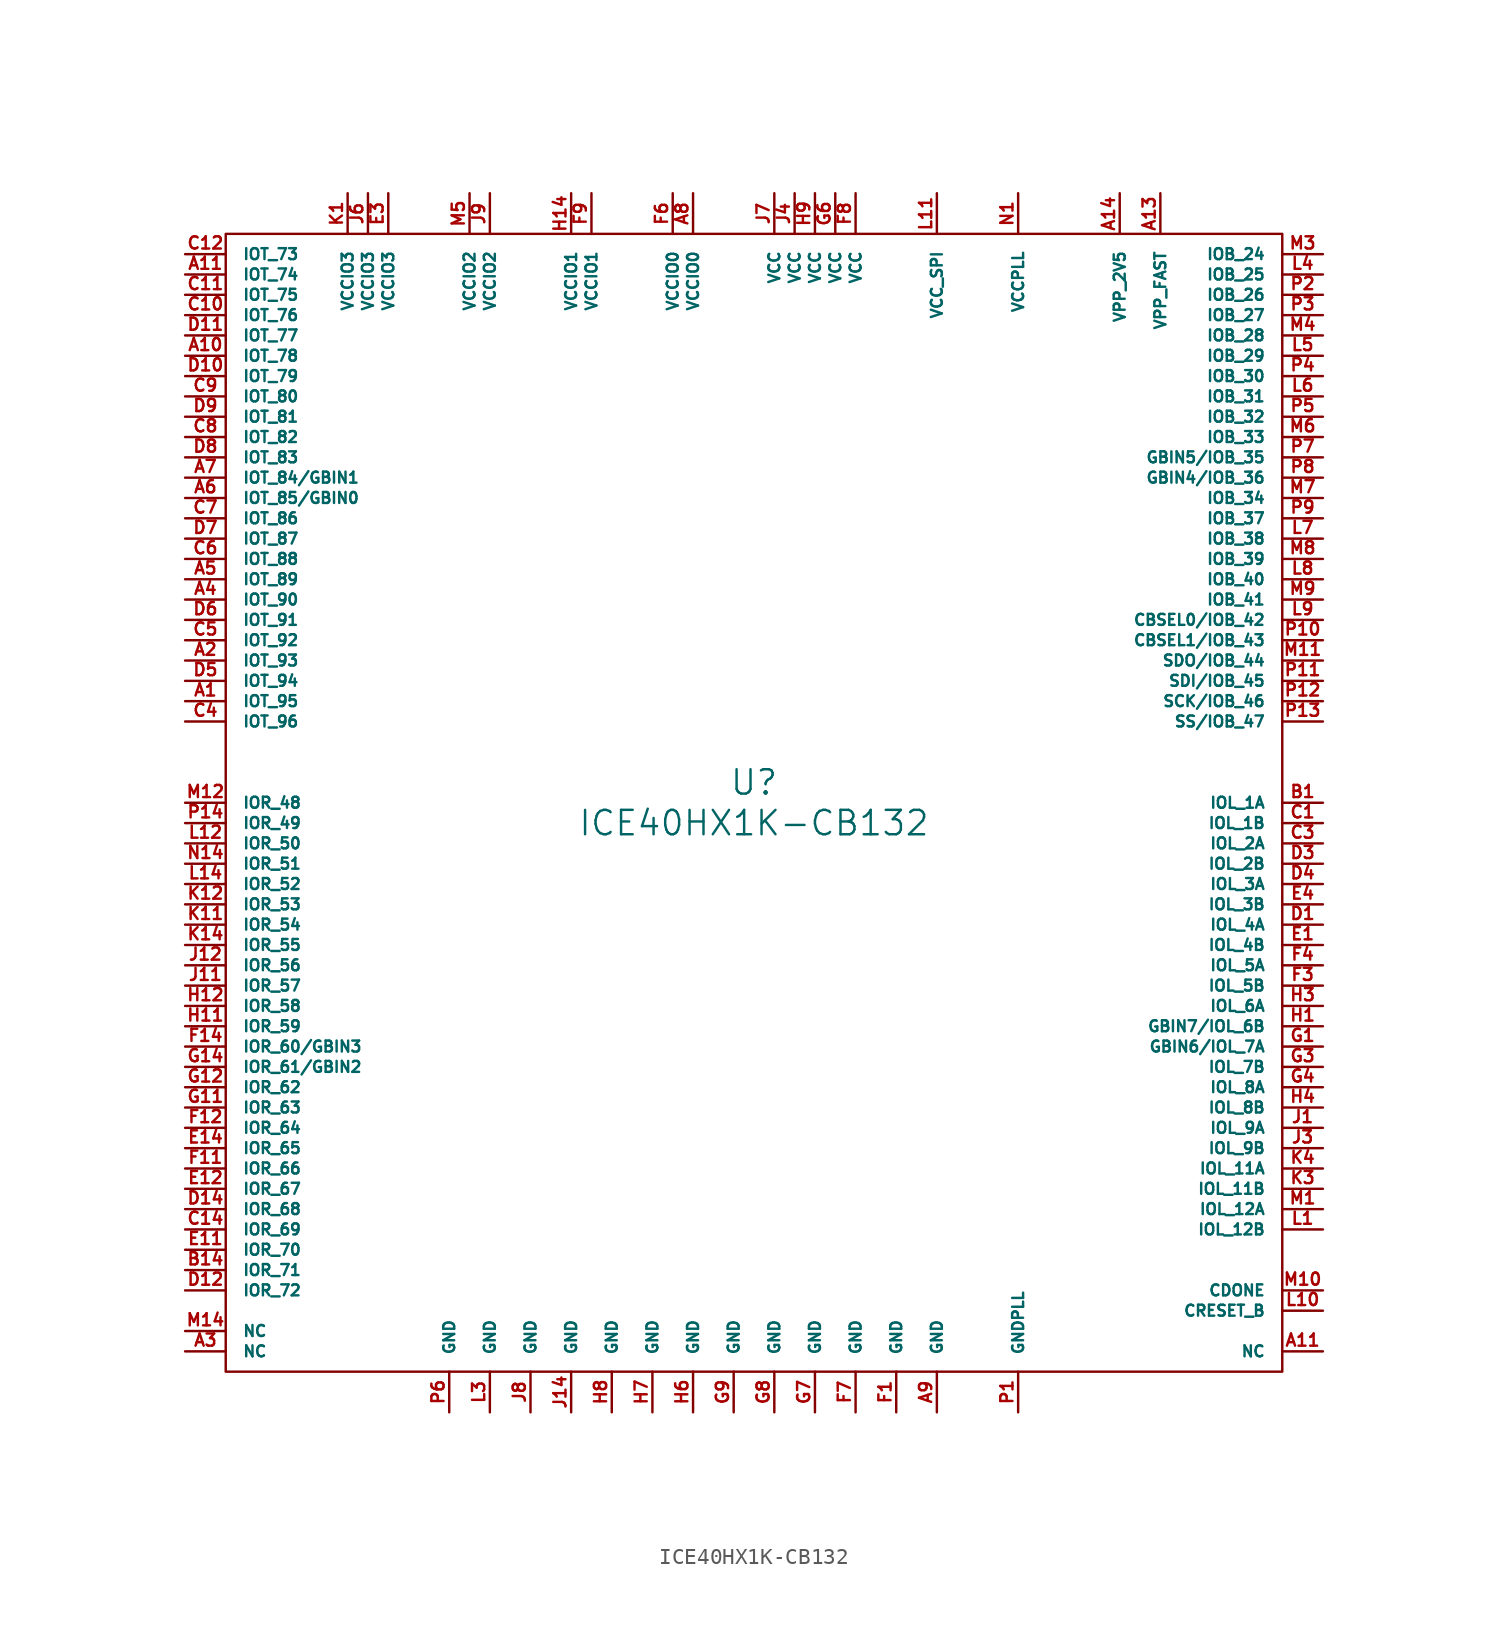
<source format=kicad_sym>
(kicad_symbol_lib
  (version 20220914)
  (generator kicad_symbol_editor)
  (symbol "ICE40HX1K-CB132"
    (pin_names
      (offset 1.016))
    (property "Reference" "U"
      (at 0 1.27 0)
      (effects (font (size 1.524 1.524))))
    (property "Value" "ICE40HX1K-CB132"
      (at 0 -1.27 0)
      (effects (font (size 1.524 1.524))))
    (property "Footprint" ""
      (at 0 3.81 0)
      (effects (font (size 1.524 1.524))))
    (property "Datasheet" ""
      (at 0 0 0)
      (effects (font (size 1.524 1.524))))
    (symbol "ICE40HX1K-CB132_0_1"
      (rectangle (start -33.02 35.56) (end 33.02 -35.56) (stroke (width 0) (type solid)) (fill (type none))))
    (symbol "ICE40HX1K-CB132_1_1"
      (pin passive line (at -35.56 6.35 0) (length 2.54) (name "IOT_95" (effects (font (size 0.686 0.686)))) (number "A1" (effects (font (size 0.762 0.762)))))
      (pin passive line (at -35.56 27.94 0) (length 2.54) (name "IOT_78" (effects (font (size 0.686 0.686)))) (number "A10" (effects (font (size 0.762 0.762)))))
      (pin passive line (at -35.56 33.02 0) (length 2.54) (name "IOT_74" (effects (font (size 0.686 0.686)))) (number "A11" (effects (font (size 0.762 0.762)))))
      (pin passive line (at 35.56 -34.29 180) (length 2.54) (name "NC" (effects (font (size 0.686 0.686)))) (number "A11" (effects (font (size 0.762 0.762)))))
      (pin passive line (at 25.4 38.1 270) (length 2.54) (name "VPP_FAST" (effects (font (size 0.686 0.686)))) (number "A13" (effects (font (size 0.762 0.762)))))
      (pin passive line (at 22.86 38.1 270) (length 2.54) (name "VPP_2V5" (effects (font (size 0.686 0.686)))) (number "A14" (effects (font (size 0.762 0.762)))))
      (pin passive line (at -35.56 8.89 0) (length 2.54) (name "IOT_93" (effects (font (size 0.686 0.686)))) (number "A2" (effects (font (size 0.762 0.762)))))
      (pin passive line (at -35.56 -34.29 0) (length 2.54) (name "NC" (effects (font (size 0.686 0.686)))) (number "A3" (effects (font (size 0.762 0.762)))))
      (pin passive line (at -35.56 12.7 0) (length 2.54) (name "IOT_90" (effects (font (size 0.686 0.686)))) (number "A4" (effects (font (size 0.762 0.762)))))
      (pin passive line (at -35.56 13.97 0) (length 2.54) (name "IOT_89" (effects (font (size 0.686 0.686)))) (number "A5" (effects (font (size 0.762 0.762)))))
      (pin passive line (at -35.56 19.05 0) (length 2.54) (name "IOT_85/GBIN0" (effects (font (size 0.686 0.686)))) (number "A6" (effects (font (size 0.762 0.762)))))
      (pin passive line (at -35.56 20.32 0) (length 2.54) (name "IOT_84/GBIN1" (effects (font (size 0.686 0.686)))) (number "A7" (effects (font (size 0.762 0.762)))))
      (pin passive line (at -3.81 38.1 270) (length 2.54) (name "VCCIO0" (effects (font (size 0.686 0.686)))) (number "A8" (effects (font (size 0.762 0.762)))))
      (pin passive line (at 11.43 -38.1 90) (length 2.54) (name "GND" (effects (font (size 0.686 0.686)))) (number "A9" (effects (font (size 0.762 0.762)))))
      (pin passive line (at 35.56 0 180) (length 2.54) (name "IOL_1A" (effects (font (size 0.686 0.686)))) (number "B1" (effects (font (size 0.762 0.762)))))
      (pin passive line (at -35.56 -29.21 0) (length 2.54) (name "IOR_71" (effects (font (size 0.686 0.686)))) (number "B14" (effects (font (size 0.762 0.762)))))
      (pin passive line (at 35.56 -1.27 180) (length 2.54) (name "IOL_1B" (effects (font (size 0.686 0.686)))) (number "C1" (effects (font (size 0.762 0.762)))))
      (pin passive line (at -35.56 30.48 0) (length 2.54) (name "IOT_76" (effects (font (size 0.686 0.686)))) (number "C10" (effects (font (size 0.762 0.762)))))
      (pin passive line (at -35.56 31.75 0) (length 2.54) (name "IOT_75" (effects (font (size 0.686 0.686)))) (number "C11" (effects (font (size 0.762 0.762)))))
      (pin passive line (at -35.56 34.29 0) (length 2.54) (name "IOT_73" (effects (font (size 0.686 0.686)))) (number "C12" (effects (font (size 0.762 0.762)))))
      (pin passive line (at -35.56 -26.67 0) (length 2.54) (name "IOR_69" (effects (font (size 0.686 0.686)))) (number "C14" (effects (font (size 0.762 0.762)))))
      (pin passive line (at 35.56 -2.54 180) (length 2.54) (name "IOL_2A" (effects (font (size 0.686 0.686)))) (number "C3" (effects (font (size 0.762 0.762)))))
      (pin passive line (at -35.56 5.08 0) (length 2.54) (name "IOT_96" (effects (font (size 0.686 0.686)))) (number "C4" (effects (font (size 0.762 0.762)))))
      (pin passive line (at -35.56 10.16 0) (length 2.54) (name "IOT_92" (effects (font (size 0.686 0.686)))) (number "C5" (effects (font (size 0.762 0.762)))))
      (pin passive line (at -35.56 15.24 0) (length 2.54) (name "IOT_88" (effects (font (size 0.686 0.686)))) (number "C6" (effects (font (size 0.762 0.762)))))
      (pin passive line (at -35.56 17.78 0) (length 2.54) (name "IOT_86" (effects (font (size 0.686 0.686)))) (number "C7" (effects (font (size 0.762 0.762)))))
      (pin passive line (at -35.56 22.86 0) (length 2.54) (name "IOT_82" (effects (font (size 0.686 0.686)))) (number "C8" (effects (font (size 0.762 0.762)))))
      (pin passive line (at -35.56 25.4 0) (length 2.54) (name "IOT_80" (effects (font (size 0.686 0.686)))) (number "C9" (effects (font (size 0.762 0.762)))))
      (pin passive line (at 35.56 -7.62 180) (length 2.54) (name "IOL_4A" (effects (font (size 0.686 0.686)))) (number "D1" (effects (font (size 0.762 0.762)))))
      (pin passive line (at -35.56 26.67 0) (length 2.54) (name "IOT_79" (effects (font (size 0.686 0.686)))) (number "D10" (effects (font (size 0.762 0.762)))))
      (pin passive line (at -35.56 29.21 0) (length 2.54) (name "IOT_77" (effects (font (size 0.686 0.686)))) (number "D11" (effects (font (size 0.762 0.762)))))
      (pin passive line (at -35.56 -30.48 0) (length 2.54) (name "IOR_72" (effects (font (size 0.686 0.686)))) (number "D12" (effects (font (size 0.762 0.762)))))
      (pin passive line (at -35.56 -25.4 0) (length 2.54) (name "IOR_68" (effects (font (size 0.686 0.686)))) (number "D14" (effects (font (size 0.762 0.762)))))
      (pin passive line (at 35.56 -3.81 180) (length 2.54) (name "IOL_2B" (effects (font (size 0.686 0.686)))) (number "D3" (effects (font (size 0.762 0.762)))))
      (pin passive line (at 35.56 -5.08 180) (length 2.54) (name "IOL_3A" (effects (font (size 0.686 0.686)))) (number "D4" (effects (font (size 0.762 0.762)))))
      (pin passive line (at -35.56 7.62 0) (length 2.54) (name "IOT_94" (effects (font (size 0.686 0.686)))) (number "D5" (effects (font (size 0.762 0.762)))))
      (pin passive line (at -35.56 11.43 0) (length 2.54) (name "IOT_91" (effects (font (size 0.686 0.686)))) (number "D6" (effects (font (size 0.762 0.762)))))
      (pin passive line (at -35.56 16.51 0) (length 2.54) (name "IOT_87" (effects (font (size 0.686 0.686)))) (number "D7" (effects (font (size 0.762 0.762)))))
      (pin passive line (at -35.56 21.59 0) (length 2.54) (name "IOT_83" (effects (font (size 0.686 0.686)))) (number "D8" (effects (font (size 0.762 0.762)))))
      (pin passive line (at -35.56 24.13 0) (length 2.54) (name "IOT_81" (effects (font (size 0.686 0.686)))) (number "D9" (effects (font (size 0.762 0.762)))))
      (pin passive line (at 35.56 -8.89 180) (length 2.54) (name "IOL_4B" (effects (font (size 0.686 0.686)))) (number "E1" (effects (font (size 0.762 0.762)))))
      (pin passive line (at -35.56 -27.94 0) (length 2.54) (name "IOR_70" (effects (font (size 0.686 0.686)))) (number "E11" (effects (font (size 0.762 0.762)))))
      (pin passive line (at -35.56 -24.13 0) (length 2.54) (name "IOR_67" (effects (font (size 0.686 0.686)))) (number "E12" (effects (font (size 0.762 0.762)))))
      (pin passive line (at -35.56 -21.59 0) (length 2.54) (name "IOR_65" (effects (font (size 0.686 0.686)))) (number "E14" (effects (font (size 0.762 0.762)))))
      (pin passive line (at -22.86 38.1 270) (length 2.54) (name "VCCIO3" (effects (font (size 0.686 0.686)))) (number "E3" (effects (font (size 0.762 0.762)))))
      (pin passive line (at 35.56 -6.35 180) (length 2.54) (name "IOL_3B" (effects (font (size 0.686 0.686)))) (number "E4" (effects (font (size 0.762 0.762)))))
      (pin passive line (at 8.89 -38.1 90) (length 2.54) (name "GND" (effects (font (size 0.686 0.686)))) (number "F1" (effects (font (size 0.762 0.762)))))
      (pin passive line (at -35.56 -22.86 0) (length 2.54) (name "IOR_66" (effects (font (size 0.686 0.686)))) (number "F11" (effects (font (size 0.762 0.762)))))
      (pin passive line (at -35.56 -20.32 0) (length 2.54) (name "IOR_64" (effects (font (size 0.686 0.686)))) (number "F12" (effects (font (size 0.762 0.762)))))
      (pin passive line (at -35.56 -15.24 0) (length 2.54) (name "IOR_60/GBIN3" (effects (font (size 0.686 0.686)))) (number "F14" (effects (font (size 0.762 0.762)))))
      (pin passive line (at 35.56 -11.43 180) (length 2.54) (name "IOL_5B" (effects (font (size 0.686 0.686)))) (number "F3" (effects (font (size 0.762 0.762)))))
      (pin passive line (at 35.56 -10.16 180) (length 2.54) (name "IOL_5A" (effects (font (size 0.686 0.686)))) (number "F4" (effects (font (size 0.762 0.762)))))
      (pin passive line (at -5.08 38.1 270) (length 2.54) (name "VCCIO0" (effects (font (size 0.686 0.686)))) (number "F6" (effects (font (size 0.762 0.762)))))
      (pin passive line (at 6.35 -38.1 90) (length 2.54) (name "GND" (effects (font (size 0.686 0.686)))) (number "F7" (effects (font (size 0.762 0.762)))))
      (pin passive line (at 6.35 38.1 270) (length 2.54) (name "VCC" (effects (font (size 0.686 0.686)))) (number "F8" (effects (font (size 0.762 0.762)))))
      (pin passive line (at -10.16 38.1 270) (length 2.54) (name "VCCIO1" (effects (font (size 0.686 0.686)))) (number "F9" (effects (font (size 0.762 0.762)))))
      (pin passive line (at 35.56 -15.24 180) (length 2.54) (name "GBIN6/IOL_7A" (effects (font (size 0.686 0.686)))) (number "G1" (effects (font (size 0.762 0.762)))))
      (pin passive line (at -35.56 -19.05 0) (length 2.54) (name "IOR_63" (effects (font (size 0.686 0.686)))) (number "G11" (effects (font (size 0.762 0.762)))))
      (pin passive line (at -35.56 -17.78 0) (length 2.54) (name "IOR_62" (effects (font (size 0.686 0.686)))) (number "G12" (effects (font (size 0.762 0.762)))))
      (pin passive line (at -35.56 -16.51 0) (length 2.54) (name "IOR_61/GBIN2" (effects (font (size 0.686 0.686)))) (number "G14" (effects (font (size 0.762 0.762)))))
      (pin passive line (at 35.56 -16.51 180) (length 2.54) (name "IOL_7B" (effects (font (size 0.686 0.686)))) (number "G3" (effects (font (size 0.762 0.762)))))
      (pin passive line (at 35.56 -17.78 180) (length 2.54) (name "IOL_8A" (effects (font (size 0.686 0.686)))) (number "G4" (effects (font (size 0.762 0.762)))))
      (pin passive line (at 5.08 38.1 270) (length 2.54) (name "VCC" (effects (font (size 0.686 0.686)))) (number "G6" (effects (font (size 0.762 0.762)))))
      (pin passive line (at 3.81 -38.1 90) (length 2.54) (name "GND" (effects (font (size 0.686 0.686)))) (number "G7" (effects (font (size 0.762 0.762)))))
      (pin passive line (at 1.27 -38.1 90) (length 2.54) (name "GND" (effects (font (size 0.686 0.686)))) (number "G8" (effects (font (size 0.762 0.762)))))
      (pin passive line (at -1.27 -38.1 90) (length 2.54) (name "GND" (effects (font (size 0.686 0.686)))) (number "G9" (effects (font (size 0.762 0.762)))))
      (pin passive line (at 35.56 -13.97 180) (length 2.54) (name "GBIN7/IOL_6B" (effects (font (size 0.686 0.686)))) (number "H1" (effects (font (size 0.762 0.762)))))
      (pin passive line (at -35.56 -13.97 0) (length 2.54) (name "IOR_59" (effects (font (size 0.686 0.686)))) (number "H11" (effects (font (size 0.762 0.762)))))
      (pin passive line (at -35.56 -12.7 0) (length 2.54) (name "IOR_58" (effects (font (size 0.686 0.686)))) (number "H12" (effects (font (size 0.762 0.762)))))
      (pin passive line (at -11.43 38.1 270) (length 2.54) (name "VCCIO1" (effects (font (size 0.686 0.686)))) (number "H14" (effects (font (size 0.762 0.762)))))
      (pin passive line (at 35.56 -12.7 180) (length 2.54) (name "IOL_6A" (effects (font (size 0.686 0.686)))) (number "H3" (effects (font (size 0.762 0.762)))))
      (pin passive line (at 35.56 -19.05 180) (length 2.54) (name "IOL_8B" (effects (font (size 0.686 0.686)))) (number "H4" (effects (font (size 0.762 0.762)))))
      (pin passive line (at -3.81 -38.1 90) (length 2.54) (name "GND" (effects (font (size 0.686 0.686)))) (number "H6" (effects (font (size 0.762 0.762)))))
      (pin passive line (at -6.35 -38.1 90) (length 2.54) (name "GND" (effects (font (size 0.686 0.686)))) (number "H7" (effects (font (size 0.762 0.762)))))
      (pin passive line (at -8.89 -38.1 90) (length 2.54) (name "GND" (effects (font (size 0.686 0.686)))) (number "H8" (effects (font (size 0.762 0.762)))))
      (pin passive line (at 3.81 38.1 270) (length 2.54) (name "VCC" (effects (font (size 0.686 0.686)))) (number "H9" (effects (font (size 0.762 0.762)))))
      (pin passive line (at 35.56 -20.32 180) (length 2.54) (name "IOL_9A" (effects (font (size 0.686 0.686)))) (number "J1" (effects (font (size 0.762 0.762)))))
      (pin passive line (at -35.56 -11.43 0) (length 2.54) (name "IOR_57" (effects (font (size 0.686 0.686)))) (number "J11" (effects (font (size 0.762 0.762)))))
      (pin passive line (at -35.56 -10.16 0) (length 2.54) (name "IOR_56" (effects (font (size 0.686 0.686)))) (number "J12" (effects (font (size 0.762 0.762)))))
      (pin passive line (at -11.43 -38.1 90) (length 2.54) (name "GND" (effects (font (size 0.686 0.686)))) (number "J14" (effects (font (size 0.762 0.762)))))
      (pin passive line (at 35.56 -21.59 180) (length 2.54) (name "IOL_9B" (effects (font (size 0.686 0.686)))) (number "J3" (effects (font (size 0.762 0.762)))))
      (pin passive line (at 2.54 38.1 270) (length 2.54) (name "VCC" (effects (font (size 0.686 0.686)))) (number "J4" (effects (font (size 0.762 0.762)))))
      (pin passive line (at -24.13 38.1 270) (length 2.54) (name "VCCIO3" (effects (font (size 0.686 0.686)))) (number "J6" (effects (font (size 0.762 0.762)))))
      (pin passive line (at 1.27 38.1 270) (length 2.54) (name "VCC" (effects (font (size 0.686 0.686)))) (number "J7" (effects (font (size 0.762 0.762)))))
      (pin passive line (at -13.97 -38.1 90) (length 2.54) (name "GND" (effects (font (size 0.686 0.686)))) (number "J8" (effects (font (size 0.762 0.762)))))
      (pin passive line (at -16.51 38.1 270) (length 2.54) (name "VCCIO2" (effects (font (size 0.686 0.686)))) (number "J9" (effects (font (size 0.762 0.762)))))
      (pin passive line (at -25.4 38.1 270) (length 2.54) (name "VCCIO3" (effects (font (size 0.686 0.686)))) (number "K1" (effects (font (size 0.762 0.762)))))
      (pin passive line (at -35.56 -7.62 0) (length 2.54) (name "IOR_54" (effects (font (size 0.686 0.686)))) (number "K11" (effects (font (size 0.762 0.762)))))
      (pin passive line (at -35.56 -6.35 0) (length 2.54) (name "IOR_53" (effects (font (size 0.686 0.686)))) (number "K12" (effects (font (size 0.762 0.762)))))
      (pin passive line (at -35.56 -8.89 0) (length 2.54) (name "IOR_55" (effects (font (size 0.686 0.686)))) (number "K14" (effects (font (size 0.762 0.762)))))
      (pin passive line (at 35.56 -24.13 180) (length 2.54) (name "IOL_11B" (effects (font (size 0.686 0.686)))) (number "K3" (effects (font (size 0.762 0.762)))))
      (pin passive line (at 35.56 -22.86 180) (length 2.54) (name "IOL_11A" (effects (font (size 0.686 0.686)))) (number "K4" (effects (font (size 0.762 0.762)))))
      (pin passive line (at 35.56 -26.67 180) (length 2.54) (name "IOL_12B" (effects (font (size 0.686 0.686)))) (number "L1" (effects (font (size 0.762 0.762)))))
      (pin passive line (at 35.56 -31.75 180) (length 2.54) (name "CRESET_B" (effects (font (size 0.686 0.686)))) (number "L10" (effects (font (size 0.762 0.762)))))
      (pin passive line (at 11.43 38.1 270) (length 2.54) (name "VCC_SPI" (effects (font (size 0.686 0.686)))) (number "L11" (effects (font (size 0.762 0.762)))))
      (pin passive line (at -35.56 -2.54 0) (length 2.54) (name "IOR_50" (effects (font (size 0.686 0.686)))) (number "L12" (effects (font (size 0.762 0.762)))))
      (pin passive line (at -35.56 -5.08 0) (length 2.54) (name "IOR_52" (effects (font (size 0.686 0.686)))) (number "L14" (effects (font (size 0.762 0.762)))))
      (pin passive line (at -16.51 -38.1 90) (length 2.54) (name "GND" (effects (font (size 0.686 0.686)))) (number "L3" (effects (font (size 0.762 0.762)))))
      (pin passive line (at 35.56 33.02 180) (length 2.54) (name "IOB_25" (effects (font (size 0.686 0.686)))) (number "L4" (effects (font (size 0.762 0.762)))))
      (pin passive line (at 35.56 27.94 180) (length 2.54) (name "IOB_29" (effects (font (size 0.686 0.686)))) (number "L5" (effects (font (size 0.762 0.762)))))
      (pin passive line (at 35.56 25.4 180) (length 2.54) (name "IOB_31" (effects (font (size 0.686 0.686)))) (number "L6" (effects (font (size 0.762 0.762)))))
      (pin passive line (at 35.56 16.51 180) (length 2.54) (name "IOB_38" (effects (font (size 0.686 0.686)))) (number "L7" (effects (font (size 0.762 0.762)))))
      (pin passive line (at 35.56 13.97 180) (length 2.54) (name "IOB_40" (effects (font (size 0.686 0.686)))) (number "L8" (effects (font (size 0.762 0.762)))))
      (pin passive line (at 35.56 11.43 180) (length 2.54) (name "CBSEL0/IOB_42" (effects (font (size 0.686 0.686)))) (number "L9" (effects (font (size 0.762 0.762)))))
      (pin passive line (at 35.56 -25.4 180) (length 2.54) (name "IOL_12A" (effects (font (size 0.686 0.686)))) (number "M1" (effects (font (size 0.762 0.762)))))
      (pin passive line (at 35.56 -30.48 180) (length 2.54) (name "CDONE" (effects (font (size 0.686 0.686)))) (number "M10" (effects (font (size 0.762 0.762)))))
      (pin passive line (at 35.56 8.89 180) (length 2.54) (name "SDO/IOB_44" (effects (font (size 0.686 0.686)))) (number "M11" (effects (font (size 0.762 0.762)))))
      (pin passive line (at -35.56 0 0) (length 2.54) (name "IOR_48" (effects (font (size 0.686 0.686)))) (number "M12" (effects (font (size 0.762 0.762)))))
      (pin passive line (at -35.56 -33.02 0) (length 2.54) (name "NC" (effects (font (size 0.686 0.686)))) (number "M14" (effects (font (size 0.762 0.762)))))
      (pin passive line (at 35.56 34.29 180) (length 2.54) (name "IOB_24" (effects (font (size 0.686 0.686)))) (number "M3" (effects (font (size 0.762 0.762)))))
      (pin passive line (at 35.56 29.21 180) (length 2.54) (name "IOB_28" (effects (font (size 0.686 0.686)))) (number "M4" (effects (font (size 0.762 0.762)))))
      (pin passive line (at -17.78 38.1 270) (length 2.54) (name "VCCIO2" (effects (font (size 0.686 0.686)))) (number "M5" (effects (font (size 0.762 0.762)))))
      (pin passive line (at 35.56 22.86 180) (length 2.54) (name "IOB_33" (effects (font (size 0.686 0.686)))) (number "M6" (effects (font (size 0.762 0.762)))))
      (pin passive line (at 35.56 19.05 180) (length 2.54) (name "IOB_34" (effects (font (size 0.686 0.686)))) (number "M7" (effects (font (size 0.762 0.762)))))
      (pin passive line (at 35.56 15.24 180) (length 2.54) (name "IOB_39" (effects (font (size 0.686 0.686)))) (number "M8" (effects (font (size 0.762 0.762)))))
      (pin passive line (at 35.56 12.7 180) (length 2.54) (name "IOB_41" (effects (font (size 0.686 0.686)))) (number "M9" (effects (font (size 0.762 0.762)))))
      (pin passive line (at 16.51 38.1 270) (length 2.54) (name "VCCPLL" (effects (font (size 0.686 0.686)))) (number "N1" (effects (font (size 0.762 0.762)))))
      (pin passive line (at -35.56 -3.81 0) (length 2.54) (name "IOR_51" (effects (font (size 0.686 0.686)))) (number "N14" (effects (font (size 0.762 0.762)))))
      (pin passive line (at 16.51 -38.1 90) (length 2.54) (name "GNDPLL" (effects (font (size 0.686 0.686)))) (number "P1" (effects (font (size 0.762 0.762)))))
      (pin passive line (at 35.56 10.16 180) (length 2.54) (name "CBSEL1/IOB_43" (effects (font (size 0.686 0.686)))) (number "P10" (effects (font (size 0.762 0.762)))))
      (pin passive line (at 35.56 7.62 180) (length 2.54) (name "SDI/IOB_45" (effects (font (size 0.686 0.686)))) (number "P11" (effects (font (size 0.762 0.762)))))
      (pin passive line (at 35.56 6.35 180) (length 2.54) (name "SCK/IOB_46" (effects (font (size 0.686 0.686)))) (number "P12" (effects (font (size 0.762 0.762)))))
      (pin passive line (at 35.56 5.08 180) (length 2.54) (name "SS/IOB_47" (effects (font (size 0.686 0.686)))) (number "P13" (effects (font (size 0.762 0.762)))))
      (pin passive line (at -35.56 -1.27 0) (length 2.54) (name "IOR_49" (effects (font (size 0.686 0.686)))) (number "P14" (effects (font (size 0.762 0.762)))))
      (pin passive line (at 35.56 31.75 180) (length 2.54) (name "IOB_26" (effects (font (size 0.686 0.686)))) (number "P2" (effects (font (size 0.762 0.762)))))
      (pin passive line (at 35.56 30.48 180) (length 2.54) (name "IOB_27" (effects (font (size 0.686 0.686)))) (number "P3" (effects (font (size 0.762 0.762)))))
      (pin passive line (at 35.56 26.67 180) (length 2.54) (name "IOB_30" (effects (font (size 0.686 0.686)))) (number "P4" (effects (font (size 0.762 0.762)))))
      (pin passive line (at 35.56 24.13 180) (length 2.54) (name "IOB_32" (effects (font (size 0.686 0.686)))) (number "P5" (effects (font (size 0.762 0.762)))))
      (pin passive line (at -19.05 -38.1 90) (length 2.54) (name "GND" (effects (font (size 0.686 0.686)))) (number "P6" (effects (font (size 0.762 0.762)))))
      (pin passive line (at 35.56 21.59 180) (length 2.54) (name "GBIN5/IOB_35" (effects (font (size 0.686 0.686)))) (number "P7" (effects (font (size 0.762 0.762)))))
      (pin passive line (at 35.56 20.32 180) (length 2.54) (name "GBIN4/IOB_36" (effects (font (size 0.686 0.686)))) (number "P8" (effects (font (size 0.762 0.762)))))
      (pin passive line (at 35.56 17.78 180) (length 2.54) (name "IOB_37" (effects (font (size 0.686 0.686)))) (number "P9" (effects (font (size 0.762 0.762))))))))
</source>
